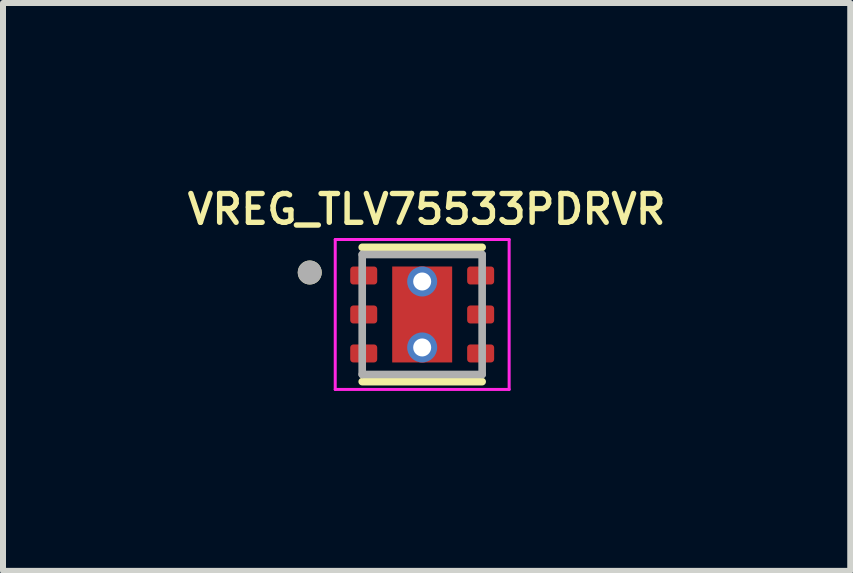
<source format=kicad_pcb>
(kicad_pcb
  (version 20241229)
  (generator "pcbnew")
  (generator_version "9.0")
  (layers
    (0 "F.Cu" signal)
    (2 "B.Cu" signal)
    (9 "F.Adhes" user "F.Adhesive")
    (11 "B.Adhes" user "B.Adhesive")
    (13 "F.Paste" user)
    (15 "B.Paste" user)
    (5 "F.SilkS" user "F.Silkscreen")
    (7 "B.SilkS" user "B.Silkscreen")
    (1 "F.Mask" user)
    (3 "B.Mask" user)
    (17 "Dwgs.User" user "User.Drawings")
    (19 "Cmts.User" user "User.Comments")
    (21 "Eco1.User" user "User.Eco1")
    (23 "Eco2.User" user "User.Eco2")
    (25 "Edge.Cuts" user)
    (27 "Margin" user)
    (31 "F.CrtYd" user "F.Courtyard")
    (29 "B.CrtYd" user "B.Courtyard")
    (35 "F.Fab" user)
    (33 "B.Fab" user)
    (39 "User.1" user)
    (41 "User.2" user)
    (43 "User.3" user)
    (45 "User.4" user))
  (footprint "VREG_TLV75533PDRVR"
    (layer "F.Cu")
    (at 3.99 2.194)
    (property "Reference" "VREG_TLV75533PDRVR" (at 0.074 -1.755 0) (layer "F.SilkS") (effects (font (size 0.48 0.48) (thickness 0.09))))
    (attr smd)
    (fp_line (start -1 -1.12) (end 1 -1.12) (stroke (width 0.127) (type solid)) (layer "F.SilkS"))
    (fp_line (start 1 1.12) (end -1 1.12) (stroke (width 0.127) (type solid)) (layer "F.SilkS"))
    (fp_circle (center -1.875 -0.7) (end -1.775 -0.7) (stroke (width 0.2) (type solid)) (fill no) (layer "F.SilkS"))
    (fp_poly (pts (xy -0.5 -0.8) (xy 0.5 -0.8) (xy 0.5 -0.1) (xy -0.5 -0.1)) (stroke (width 0.01) (type solid)) (fill yes) (layer "F.Paste"))
    (fp_poly (pts (xy -0.5 0.1) (xy 0.5 0.1) (xy 0.5 0.8) (xy -0.5 0.8)) (stroke (width 0.01) (type solid)) (fill yes) (layer "F.Paste"))
    (fp_line (start -1.45 -1.25) (end -1.45 1.25) (stroke (width 0.05) (type solid)) (layer "F.CrtYd"))
    (fp_line (start -1.45 1.25) (end 1.45 1.25) (stroke (width 0.05) (type solid)) (layer "F.CrtYd"))
    (fp_line (start 1.45 -1.25) (end -1.45 -1.25) (stroke (width 0.05) (type solid)) (layer "F.CrtYd"))
    (fp_line (start 1.45 1.25) (end 1.45 -1.25) (stroke (width 0.05) (type solid)) (layer "F.CrtYd"))
    (fp_line (start -1 -1) (end 1 -1) (stroke (width 0.127) (type solid)) (layer "F.Fab"))
    (fp_line (start -1 1) (end -1 -1) (stroke (width 0.127) (type solid)) (layer "F.Fab"))
    (fp_line (start 1 -1) (end 1 1) (stroke (width 0.127) (type solid)) (layer "F.Fab"))
    (fp_line (start 1 1) (end -1 1) (stroke (width 0.127) (type solid)) (layer "F.Fab"))
    (fp_circle (center -1.875 -0.7) (end -1.775 -0.7) (stroke (width 0.2) (type solid)) (fill no) (layer "F.Fab"))
    (pad "1" smd roundrect (at -0.975 -0.65) (size 0.45 0.3) (layers "F.Cu" "F.Mask" "F.Paste") (roundrect_rratio 0.175))
    (pad "2" smd roundrect (at -0.975 0) (size 0.45 0.3) (layers "F.Cu" "F.Mask" "F.Paste") (roundrect_rratio 0.175))
    (pad "3" smd roundrect (at -0.975 0.65) (size 0.45 0.3) (layers "F.Cu" "F.Mask" "F.Paste") (roundrect_rratio 0.175))
    (pad "4" smd roundrect (at 0.975 0.65) (size 0.45 0.3) (layers "F.Cu" "F.Mask" "F.Paste") (roundrect_rratio 0.175))
    (pad "5" smd roundrect (at 0.975 0) (size 0.45 0.3) (layers "F.Cu" "F.Mask" "F.Paste") (roundrect_rratio 0.175))
    (pad "6" smd roundrect (at 0.975 -0.65) (size 0.45 0.3) (layers "F.Cu" "F.Mask" "F.Paste") (roundrect_rratio 0.175))
    (pad "7" thru_hole circle (at 0 -0.55) (size 0.5 0.5) (drill 0.3) (layers "*.Cu") (padstack (mode front_inner_back) (layer "Inner" (shape circle) (size 0.5 0.5)) (layer "B.Cu" (shape circle) (size 0.5 0.5))))
    (pad "7" smd rect (at 0 0) (size 1 1.6) (layers "F.Cu" "F.Mask"))
    (pad "7" thru_hole circle (at 0 0.55) (size 0.5 0.5) (drill 0.3) (layers "*.Cu") (padstack (mode front_inner_back) (layer "Inner" (shape circle) (size 0.5 0.5)) (layer "B.Cu" (shape circle) (size 0.5 0.5)))))
  (gr_rect
    (start -3 -3)
    (end 11.128 6.469)
    (stroke (width 0.1) (type default))
    (fill no)
    (layer "Edge.Cuts")))
</source>
